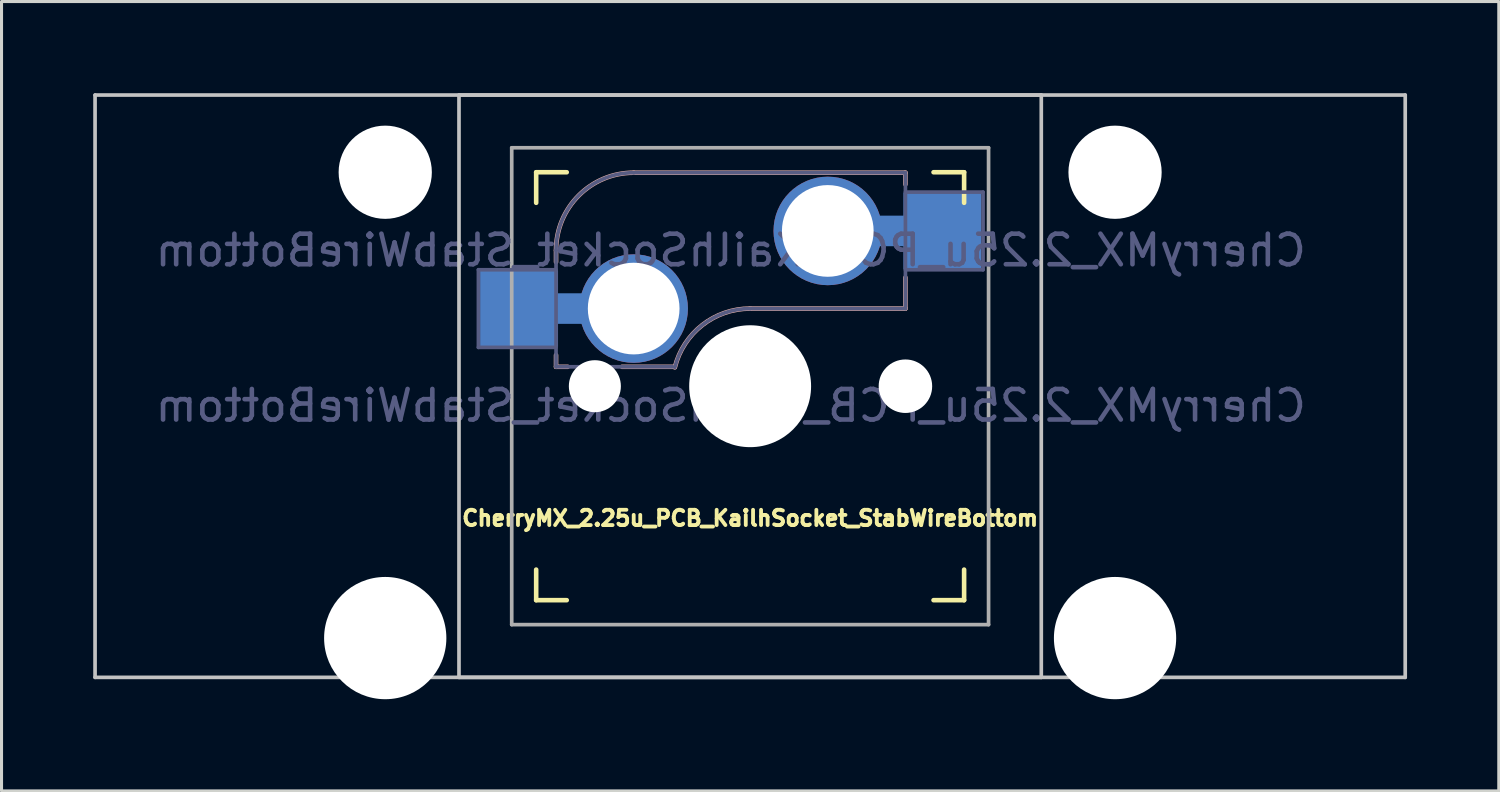
<source format=kicad_pcb>
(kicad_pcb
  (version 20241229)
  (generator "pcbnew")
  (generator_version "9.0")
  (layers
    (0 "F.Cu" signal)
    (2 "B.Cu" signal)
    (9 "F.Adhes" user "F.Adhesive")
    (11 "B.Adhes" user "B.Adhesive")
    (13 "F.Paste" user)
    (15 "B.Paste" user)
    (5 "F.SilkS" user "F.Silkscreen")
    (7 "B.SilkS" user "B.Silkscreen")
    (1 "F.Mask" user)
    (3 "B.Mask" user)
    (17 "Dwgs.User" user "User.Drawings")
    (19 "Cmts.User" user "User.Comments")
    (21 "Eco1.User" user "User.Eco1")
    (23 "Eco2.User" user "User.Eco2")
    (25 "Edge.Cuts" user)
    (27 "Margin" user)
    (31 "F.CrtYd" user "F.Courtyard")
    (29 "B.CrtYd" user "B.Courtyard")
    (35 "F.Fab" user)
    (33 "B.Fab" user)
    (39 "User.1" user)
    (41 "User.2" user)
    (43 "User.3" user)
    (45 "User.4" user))
  (footprint "CherryMX_2.25u_PCB_KailhSocket_StabWireBottom"
    (layer "F.Cu")
    (at 21.491 9.585)
    (property "Reference" "CherryMX_2.25u_PCB_KailhSocket_StabWireBottom" (at 0 4.318 0) (layer "F.SilkS") (effects (font (size 0.5 0.5) (thickness 0.125))))
    (property "Value" "CherryMX_2.25u_PCB_KailhSocket_StabWireBottom" (at 0 8.662 0) (layer "F.Fab") (hide yes) (effects (font (size 1 1) (thickness 0.15))))
    (attr through_hole)
    (fp_line (start -7 -6) (end -7 -7) (stroke (width 0.15) (type solid)) (layer "F.SilkS"))
    (fp_line (start -7 7) (end -7 6) (stroke (width 0.15) (type solid)) (layer "F.SilkS"))
    (fp_line (start -7 7) (end -6 7) (stroke (width 0.15) (type solid)) (layer "F.SilkS"))
    (fp_line (start -6 -7) (end -7 -7) (stroke (width 0.15) (type solid)) (layer "F.SilkS"))
    (fp_line (start 6 7) (end 7 7) (stroke (width 0.15) (type solid)) (layer "F.SilkS"))
    (fp_line (start 7 -7) (end 6 -7) (stroke (width 0.15) (type solid)) (layer "F.SilkS"))
    (fp_line (start 7 -7) (end 7 -6) (stroke (width 0.15) (type solid)) (layer "F.SilkS"))
    (fp_line (start 7 6) (end 7 7) (stroke (width 0.15) (type solid)) (layer "F.SilkS"))
    (fp_line (start -6.35 -4.445) (end -6.35 -4.064) (stroke (width 0.15) (type solid)) (layer "B.SilkS"))
    (fp_line (start -6.35 -1.016) (end -6.35 -0.635) (stroke (width 0.15) (type solid)) (layer "B.SilkS"))
    (fp_line (start -5.969 -0.635) (end -6.35 -0.635) (stroke (width 0.15) (type solid)) (layer "B.SilkS"))
    (fp_line (start -3.81 -6.985) (end 5.08 -6.985) (stroke (width 0.15) (type solid)) (layer "B.SilkS"))
    (fp_line (start -2.464 -0.635) (end -4.191 -0.635) (stroke (width 0.15) (type solid)) (layer "B.SilkS"))
    (fp_line (start 5.08 -6.985) (end 5.08 -6.604) (stroke (width 0.15) (type solid)) (layer "B.SilkS"))
    (fp_line (start 5.08 -3.556) (end 5.08 -2.54) (stroke (width 0.15) (type solid)) (layer "B.SilkS"))
    (fp_line (start 5.08 -2.54) (end 0 -2.54) (stroke (width 0.15) (type solid)) (layer "B.SilkS"))
    (fp_arc (start -6.35 -4.445) (mid -5.606051 -6.241051) (end -3.81 -6.985) (stroke (width 0.15) (type solid)) (layer "B.SilkS"))
    (fp_arc (start -2.464162 -0.61604) (mid -1.563147 -2.002042) (end 0 -2.54) (stroke (width 0.15) (type solid)) (layer "B.SilkS"))
    (fp_line (start -21.431 -9.525) (end 21.431 -9.525) (stroke (width 0.12) (type solid)) (layer "Dwgs.User"))
    (fp_line (start -21.431 9.525) (end -21.431 -9.525) (stroke (width 0.12) (type solid)) (layer "Dwgs.User"))
    (fp_line (start -9.525 -9.525) (end 9.525 -9.525) (stroke (width 0.12) (type solid)) (layer "Dwgs.User"))
    (fp_line (start -9.525 9.525) (end -9.525 -9.525) (stroke (width 0.12) (type solid)) (layer "Dwgs.User"))
    (fp_line (start 9.525 -9.525) (end 9.525 9.525) (stroke (width 0.12) (type solid)) (layer "Dwgs.User"))
    (fp_line (start 9.525 9.525) (end -9.525 9.525) (stroke (width 0.12) (type solid)) (layer "Dwgs.User"))
    (fp_line (start 21.431 -9.525) (end 21.431 9.525) (stroke (width 0.12) (type solid)) (layer "Dwgs.User"))
    (fp_line (start 21.431 9.525) (end -21.431 9.525) (stroke (width 0.12) (type solid)) (layer "Dwgs.User"))
    (fp_line (start -6.9 6.9) (end -6.9 -6.9) (stroke (width 0.15) (type solid)) (layer "Eco2.User"))
    (fp_line (start -6.9 6.9) (end 6.9 6.9) (stroke (width 0.15) (type solid)) (layer "Eco2.User"))
    (fp_line (start 6.9 -6.9) (end -6.9 -6.9) (stroke (width 0.15) (type solid)) (layer "Eco2.User"))
    (fp_line (start 6.9 -6.9) (end 6.9 6.9) (stroke (width 0.15) (type solid)) (layer "Eco2.User"))
    (fp_line (start -8.89 -3.81) (end -6.35 -3.81) (stroke (width 0.12) (type solid)) (layer "B.Fab"))
    (fp_line (start -8.89 -1.27) (end -8.89 -3.81) (stroke (width 0.12) (type solid)) (layer "B.Fab"))
    (fp_line (start -6.35 -1.27) (end -8.89 -1.27) (stroke (width 0.12) (type solid)) (layer "B.Fab"))
    (fp_line (start -6.35 -0.635) (end -6.35 -4.445) (stroke (width 0.12) (type solid)) (layer "B.Fab"))
    (fp_line (start -6.35 -0.635) (end -2.54 -0.635) (stroke (width 0.12) (type solid)) (layer "B.Fab"))
    (fp_line (start -3.81 -6.985) (end 5.08 -6.985) (stroke (width 0.12) (type solid)) (layer "B.Fab"))
    (fp_line (start 5.08 -6.985) (end 5.08 -2.54) (stroke (width 0.12) (type solid)) (layer "B.Fab"))
    (fp_line (start 5.08 -6.35) (end 7.62 -6.35) (stroke (width 0.12) (type solid)) (layer "B.Fab"))
    (fp_line (start 5.08 -2.54) (end 0 -2.54) (stroke (width 0.12) (type solid)) (layer "B.Fab"))
    (fp_line (start 7.62 -6.35) (end 7.62 -3.81) (stroke (width 0.12) (type solid)) (layer "B.Fab"))
    (fp_line (start 7.62 -3.81) (end 5.08 -3.81) (stroke (width 0.12) (type solid)) (layer "B.Fab"))
    (fp_arc (start -6.35 -4.445) (mid -5.606051 -6.241051) (end -3.81 -6.985) (stroke (width 0.12) (type solid)) (layer "B.Fab"))
    (fp_arc (start -2.464162 -0.61604) (mid -1.563147 -2.002042) (end 0 -2.54) (stroke (width 0.12) (type solid)) (layer "B.Fab"))
    (fp_line (start -7.8 -7.8) (end -7.8 7.8) (stroke (width 0.12) (type solid)) (layer "F.Fab"))
    (fp_line (start -7.8 -7.8) (end 7.8 -7.8) (stroke (width 0.12) (type solid)) (layer "F.Fab"))
    (fp_line (start -7.8 7.8) (end 7.8 7.8) (stroke (width 0.12) (type solid)) (layer "F.Fab"))
    (fp_line (start 7.8 -7.8) (end 7.8 7.8) (stroke (width 0.12) (type solid)) (layer "F.Fab"))
    (fp_text user "${REFERENCE}" (at -0.635 -4.445 0) (layer "B.Fab") (effects (font (size 1 1) (thickness 0.15)) (justify mirror)))
    (fp_text user "${VALUE}" (at -0.635 0.635 0) (layer "B.Fab") (effects (font (size 1 1) (thickness 0.15)) (justify mirror)))
    (pad "" np_thru_hole circle (at -11.938 -7) (size 3.05 3.05) (drill 3.05) (layers "*.Cu" "*.Mask"))
    (pad "" np_thru_hole circle (at -11.938 8.24) (size 4 4) (drill 4) (layers "*.Cu" "*.Mask"))
    (pad "" np_thru_hole circle (at -5.08 0) (size 1.702 1.702) (drill 1.702) (layers "*.Cu" "*.Mask"))
    (pad "" np_thru_hole circle (at 0 0) (size 3.988 3.988) (drill 3.988) (layers "*.Cu" "*.Mask"))
    (pad "" np_thru_hole circle (at 5.08 0) (size 1.702 1.702) (drill 1.702) (layers "*.Cu" "*.Mask"))
    (pad "" np_thru_hole circle (at 5.08 0) (size 1.75 1.75) (drill 1.75) (layers "*.Cu" "*.Mask"))
    (pad "" np_thru_hole circle (at 11.938 -7) (size 3.05 3.05) (drill 3.05) (layers "*.Cu" "*.Mask"))
    (pad "" np_thru_hole circle (at 11.938 8.24) (size 4 4) (drill 4) (layers "*.Cu" "*.Mask"))
    (pad "1" smd rect (at -7.56 -2.54) (size 2.55 2.5) (layers "B.Cu" "B.Mask" "B.Paste"))
    (pad "1" connect rect (at -5.715 -2.54 90) (size 1 2.5) (layers "B.Cu"))
    (pad "1" thru_hole circle (at -3.81 -2.54) (size 3.55 3.55) (drill 3) (layers "*.Cu"))
    (pad "2" thru_hole circle (at 2.54 -5.08) (size 3.55 3.55) (drill 3) (layers "*.Cu"))
    (pad "2" connect rect (at 5.015 -5.08 270) (size 1 2.5) (layers "B.Cu"))
    (pad "2" smd rect (at 6.29 -5.08) (size 2.55 2.5) (layers "B.Cu" "B.Mask" "B.Paste")))
  (gr_rect
    (start -3 -3)
    (end 45.983 22.825)
    (stroke (width 0.1) (type default))
    (fill no)
    (layer "Edge.Cuts")))
</source>
